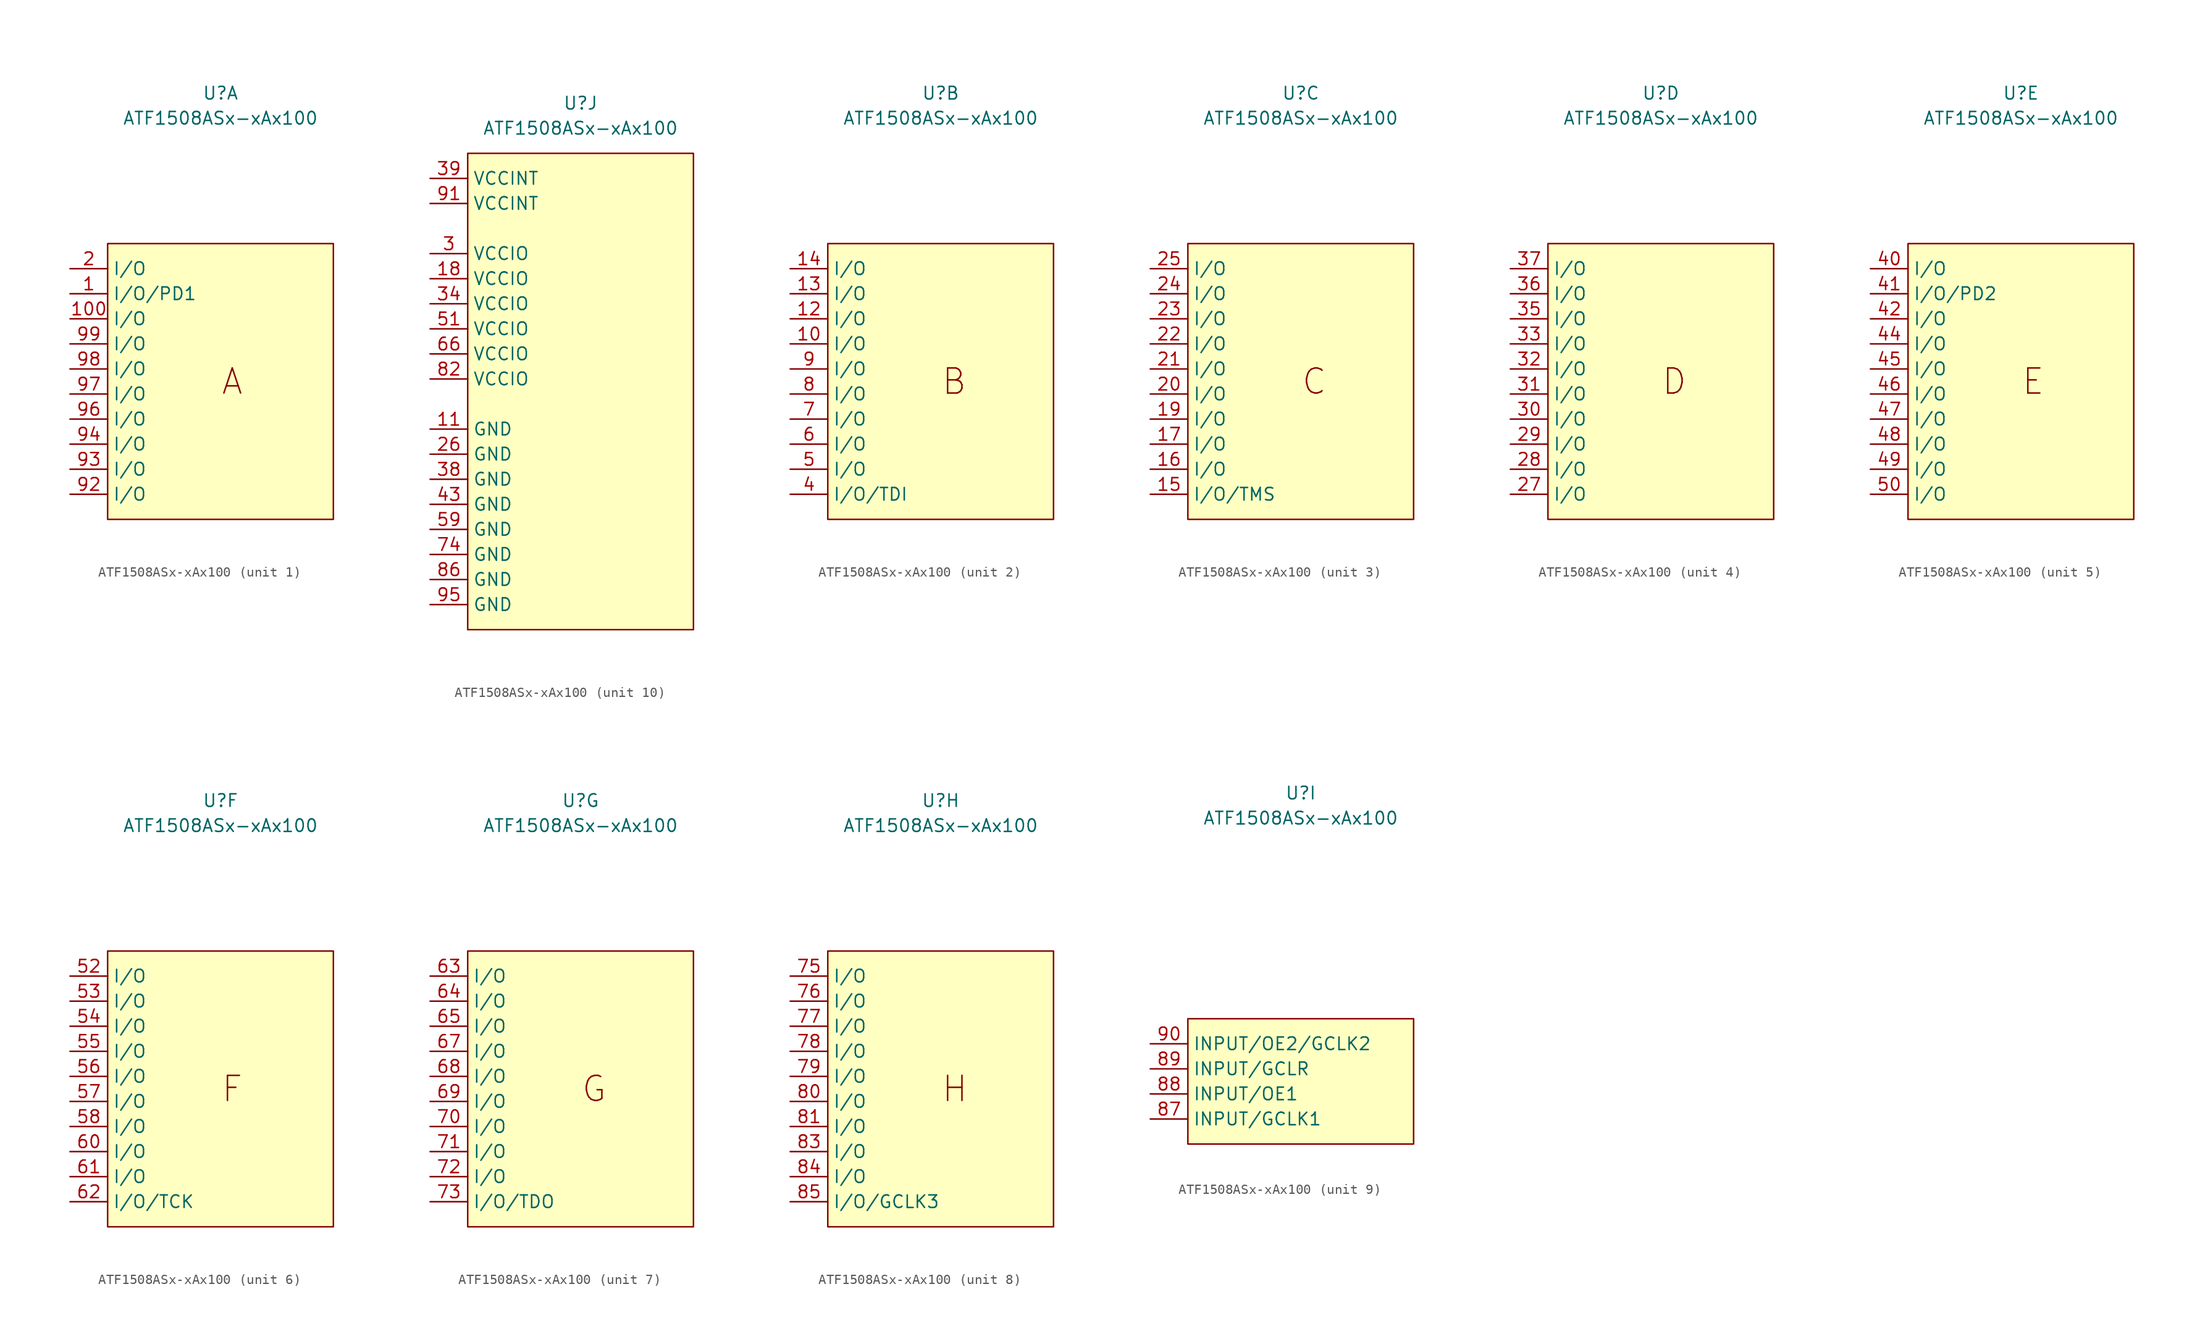
<source format=kicad_sym>
(kicad_symbol_lib
  (version 20231120)
  (generator "kicad_symbol_editor")
  (generator_version "8.0")
  (symbol "ATF1508ASx-xAx100"
    (property "Reference" "U"
      (at 0 27.94 0)
      (effects (font (size 1.27 1.27))))
    (property "Value" "ATF1508ASx-xAx100"
      (at 0 25.4 0)
      (effects (font (size 1.27 1.27))))
    (property "ki_locked" ""
      (at 0 0 0)
      (effects (font (size 1.27 1.27))))
    (symbol "ATF1508ASx-xAx100_1_0"
      (pin bidirectional line (at -15.24 7.62 0) (length 3.81) (name "I/O/PD1" (effects (font (size 1.27 1.27)))) (number "1" (effects (font (size 1.27 1.27)))))
      (pin bidirectional line (at -15.24 5.08 0) (length 3.81) (name "I/O" (effects (font (size 1.27 1.27)))) (number "100" (effects (font (size 1.27 1.27)))))
      (pin bidirectional line (at -15.24 10.16 0) (length 3.81) (name "I/O" (effects (font (size 1.27 1.27)))) (number "2" (effects (font (size 1.27 1.27)))))
      (pin bidirectional line (at -15.24 -12.7 0) (length 3.81) (name "I/O" (effects (font (size 1.27 1.27)))) (number "92" (effects (font (size 1.27 1.27)))))
      (pin bidirectional line (at -15.24 -10.16 0) (length 3.81) (name "I/O" (effects (font (size 1.27 1.27)))) (number "93" (effects (font (size 1.27 1.27)))))
      (pin bidirectional line (at -15.24 -7.62 0) (length 3.81) (name "I/O" (effects (font (size 1.27 1.27)))) (number "94" (effects (font (size 1.27 1.27)))))
      (pin bidirectional line (at -15.24 -5.08 0) (length 3.81) (name "I/O" (effects (font (size 1.27 1.27)))) (number "96" (effects (font (size 1.27 1.27)))))
      (pin bidirectional line (at -15.24 -2.54 0) (length 3.81) (name "I/O" (effects (font (size 1.27 1.27)))) (number "97" (effects (font (size 1.27 1.27)))))
      (pin bidirectional line (at -15.24 0 0) (length 3.81) (name "I/O" (effects (font (size 1.27 1.27)))) (number "98" (effects (font (size 1.27 1.27)))))
      (pin bidirectional line (at -15.24 2.54 0) (length 3.81) (name "I/O" (effects (font (size 1.27 1.27)))) (number "99" (effects (font (size 1.27 1.27))))))
    (symbol "ATF1508ASx-xAx100_1_1"
      (rectangle (start -11.43 12.7) (end 11.43 -15.24) (stroke (width 0) (type default)) (fill (type background)))
      (text "A" (at 0 -1.27 0) (effects (font (size 2.54 2.54)) (justify left))))
    (symbol "ATF1508ASx-xAx100_2_0"
      (pin bidirectional line (at -15.24 2.54 0) (length 3.81) (name "I/O" (effects (font (size 1.27 1.27)))) (number "10" (effects (font (size 1.27 1.27)))))
      (pin bidirectional line (at -15.24 5.08 0) (length 3.81) (name "I/O" (effects (font (size 1.27 1.27)))) (number "12" (effects (font (size 1.27 1.27)))))
      (pin bidirectional line (at -15.24 7.62 0) (length 3.81) (name "I/O" (effects (font (size 1.27 1.27)))) (number "13" (effects (font (size 1.27 1.27)))))
      (pin bidirectional line (at -15.24 10.16 0) (length 3.81) (name "I/O" (effects (font (size 1.27 1.27)))) (number "14" (effects (font (size 1.27 1.27)))))
      (pin bidirectional line (at -15.24 -12.7 0) (length 3.81) (name "I/O/TDI" (effects (font (size 1.27 1.27)))) (number "4" (effects (font (size 1.27 1.27)))))
      (pin bidirectional line (at -15.24 -10.16 0) (length 3.81) (name "I/O" (effects (font (size 1.27 1.27)))) (number "5" (effects (font (size 1.27 1.27)))))
      (pin bidirectional line (at -15.24 -7.62 0) (length 3.81) (name "I/O" (effects (font (size 1.27 1.27)))) (number "6" (effects (font (size 1.27 1.27)))))
      (pin bidirectional line (at -15.24 -5.08 0) (length 3.81) (name "I/O" (effects (font (size 1.27 1.27)))) (number "7" (effects (font (size 1.27 1.27)))))
      (pin bidirectional line (at -15.24 -2.54 0) (length 3.81) (name "I/O" (effects (font (size 1.27 1.27)))) (number "8" (effects (font (size 1.27 1.27)))))
      (pin bidirectional line (at -15.24 0 0) (length 3.81) (name "I/O" (effects (font (size 1.27 1.27)))) (number "9" (effects (font (size 1.27 1.27))))))
    (symbol "ATF1508ASx-xAx100_2_1"
      (rectangle (start -11.43 12.7) (end 11.43 -15.24) (stroke (width 0) (type default)) (fill (type background)))
      (text "B" (at 0 -1.27 0) (effects (font (size 2.54 2.54)) (justify left))))
    (symbol "ATF1508ASx-xAx100_3_0"
      (pin bidirectional line (at -15.24 -12.7 0) (length 3.81) (name "I/O/TMS" (effects (font (size 1.27 1.27)))) (number "15" (effects (font (size 1.27 1.27)))))
      (pin bidirectional line (at -15.24 -10.16 0) (length 3.81) (name "I/O" (effects (font (size 1.27 1.27)))) (number "16" (effects (font (size 1.27 1.27)))))
      (pin bidirectional line (at -15.24 -7.62 0) (length 3.81) (name "I/O" (effects (font (size 1.27 1.27)))) (number "17" (effects (font (size 1.27 1.27)))))
      (pin bidirectional line (at -15.24 -5.08 0) (length 3.81) (name "I/O" (effects (font (size 1.27 1.27)))) (number "19" (effects (font (size 1.27 1.27)))))
      (pin bidirectional line (at -15.24 -2.54 0) (length 3.81) (name "I/O" (effects (font (size 1.27 1.27)))) (number "20" (effects (font (size 1.27 1.27)))))
      (pin bidirectional line (at -15.24 0 0) (length 3.81) (name "I/O" (effects (font (size 1.27 1.27)))) (number "21" (effects (font (size 1.27 1.27)))))
      (pin bidirectional line (at -15.24 2.54 0) (length 3.81) (name "I/O" (effects (font (size 1.27 1.27)))) (number "22" (effects (font (size 1.27 1.27)))))
      (pin bidirectional line (at -15.24 5.08 0) (length 3.81) (name "I/O" (effects (font (size 1.27 1.27)))) (number "23" (effects (font (size 1.27 1.27)))))
      (pin bidirectional line (at -15.24 7.62 0) (length 3.81) (name "I/O" (effects (font (size 1.27 1.27)))) (number "24" (effects (font (size 1.27 1.27)))))
      (pin bidirectional line (at -15.24 10.16 0) (length 3.81) (name "I/O" (effects (font (size 1.27 1.27)))) (number "25" (effects (font (size 1.27 1.27))))))
    (symbol "ATF1508ASx-xAx100_3_1"
      (rectangle (start -11.43 12.7) (end 11.43 -15.24) (stroke (width 0) (type default)) (fill (type background)))
      (text "C" (at 0 -1.27 0) (effects (font (size 2.54 2.54)) (justify left))))
    (symbol "ATF1508ASx-xAx100_4_0"
      (pin bidirectional line (at -15.24 -12.7 0) (length 3.81) (name "I/O" (effects (font (size 1.27 1.27)))) (number "27" (effects (font (size 1.27 1.27)))))
      (pin bidirectional line (at -15.24 -10.16 0) (length 3.81) (name "I/O" (effects (font (size 1.27 1.27)))) (number "28" (effects (font (size 1.27 1.27)))))
      (pin bidirectional line (at -15.24 -7.62 0) (length 3.81) (name "I/O" (effects (font (size 1.27 1.27)))) (number "29" (effects (font (size 1.27 1.27)))))
      (pin bidirectional line (at -15.24 -5.08 0) (length 3.81) (name "I/O" (effects (font (size 1.27 1.27)))) (number "30" (effects (font (size 1.27 1.27)))))
      (pin bidirectional line (at -15.24 -2.54 0) (length 3.81) (name "I/O" (effects (font (size 1.27 1.27)))) (number "31" (effects (font (size 1.27 1.27)))))
      (pin bidirectional line (at -15.24 0 0) (length 3.81) (name "I/O" (effects (font (size 1.27 1.27)))) (number "32" (effects (font (size 1.27 1.27)))))
      (pin bidirectional line (at -15.24 2.54 0) (length 3.81) (name "I/O" (effects (font (size 1.27 1.27)))) (number "33" (effects (font (size 1.27 1.27)))))
      (pin bidirectional line (at -15.24 5.08 0) (length 3.81) (name "I/O" (effects (font (size 1.27 1.27)))) (number "35" (effects (font (size 1.27 1.27)))))
      (pin bidirectional line (at -15.24 7.62 0) (length 3.81) (name "I/O" (effects (font (size 1.27 1.27)))) (number "36" (effects (font (size 1.27 1.27)))))
      (pin bidirectional line (at -15.24 10.16 0) (length 3.81) (name "I/O" (effects (font (size 1.27 1.27)))) (number "37" (effects (font (size 1.27 1.27))))))
    (symbol "ATF1508ASx-xAx100_4_1"
      (rectangle (start -11.43 12.7) (end 11.43 -15.24) (stroke (width 0) (type default)) (fill (type background)))
      (text "D" (at 0 -1.27 0) (effects (font (size 2.54 2.54)) (justify left))))
    (symbol "ATF1508ASx-xAx100_5_0"
      (pin bidirectional line (at -15.24 10.16 0) (length 3.81) (name "I/O" (effects (font (size 1.27 1.27)))) (number "40" (effects (font (size 1.27 1.27)))))
      (pin bidirectional line (at -15.24 7.62 0) (length 3.81) (name "I/O/PD2" (effects (font (size 1.27 1.27)))) (number "41" (effects (font (size 1.27 1.27)))))
      (pin bidirectional line (at -15.24 5.08 0) (length 3.81) (name "I/O" (effects (font (size 1.27 1.27)))) (number "42" (effects (font (size 1.27 1.27)))))
      (pin bidirectional line (at -15.24 2.54 0) (length 3.81) (name "I/O" (effects (font (size 1.27 1.27)))) (number "44" (effects (font (size 1.27 1.27)))))
      (pin bidirectional line (at -15.24 0 0) (length 3.81) (name "I/O" (effects (font (size 1.27 1.27)))) (number "45" (effects (font (size 1.27 1.27)))))
      (pin bidirectional line (at -15.24 -2.54 0) (length 3.81) (name "I/O" (effects (font (size 1.27 1.27)))) (number "46" (effects (font (size 1.27 1.27)))))
      (pin bidirectional line (at -15.24 -5.08 0) (length 3.81) (name "I/O" (effects (font (size 1.27 1.27)))) (number "47" (effects (font (size 1.27 1.27)))))
      (pin bidirectional line (at -15.24 -7.62 0) (length 3.81) (name "I/O" (effects (font (size 1.27 1.27)))) (number "48" (effects (font (size 1.27 1.27)))))
      (pin bidirectional line (at -15.24 -10.16 0) (length 3.81) (name "I/O" (effects (font (size 1.27 1.27)))) (number "49" (effects (font (size 1.27 1.27)))))
      (pin bidirectional line (at -15.24 -12.7 0) (length 3.81) (name "I/O" (effects (font (size 1.27 1.27)))) (number "50" (effects (font (size 1.27 1.27))))))
    (symbol "ATF1508ASx-xAx100_5_1"
      (rectangle (start -11.43 12.7) (end 11.43 -15.24) (stroke (width 0) (type default)) (fill (type background)))
      (text "E" (at 0 -1.27 0) (effects (font (size 2.54 2.54)) (justify left))))
    (symbol "ATF1508ASx-xAx100_6_0"
      (pin bidirectional line (at -15.24 10.16 0) (length 3.81) (name "I/O" (effects (font (size 1.27 1.27)))) (number "52" (effects (font (size 1.27 1.27)))))
      (pin bidirectional line (at -15.24 7.62 0) (length 3.81) (name "I/O" (effects (font (size 1.27 1.27)))) (number "53" (effects (font (size 1.27 1.27)))))
      (pin bidirectional line (at -15.24 5.08 0) (length 3.81) (name "I/O" (effects (font (size 1.27 1.27)))) (number "54" (effects (font (size 1.27 1.27)))))
      (pin bidirectional line (at -15.24 2.54 0) (length 3.81) (name "I/O" (effects (font (size 1.27 1.27)))) (number "55" (effects (font (size 1.27 1.27)))))
      (pin bidirectional line (at -15.24 0 0) (length 3.81) (name "I/O" (effects (font (size 1.27 1.27)))) (number "56" (effects (font (size 1.27 1.27)))))
      (pin bidirectional line (at -15.24 -2.54 0) (length 3.81) (name "I/O" (effects (font (size 1.27 1.27)))) (number "57" (effects (font (size 1.27 1.27)))))
      (pin bidirectional line (at -15.24 -5.08 0) (length 3.81) (name "I/O" (effects (font (size 1.27 1.27)))) (number "58" (effects (font (size 1.27 1.27)))))
      (pin bidirectional line (at -15.24 -7.62 0) (length 3.81) (name "I/O" (effects (font (size 1.27 1.27)))) (number "60" (effects (font (size 1.27 1.27)))))
      (pin bidirectional line (at -15.24 -10.16 0) (length 3.81) (name "I/O" (effects (font (size 1.27 1.27)))) (number "61" (effects (font (size 1.27 1.27)))))
      (pin bidirectional line (at -15.24 -12.7 0) (length 3.81) (name "I/O/TCK" (effects (font (size 1.27 1.27)))) (number "62" (effects (font (size 1.27 1.27))))))
    (symbol "ATF1508ASx-xAx100_6_1"
      (rectangle (start -11.43 12.7) (end 11.43 -15.24) (stroke (width 0) (type default)) (fill (type background)))
      (text "F" (at 0 -1.27 0) (effects (font (size 2.54 2.54)) (justify left))))
    (symbol "ATF1508ASx-xAx100_7_0"
      (pin bidirectional line (at -15.24 10.16 0) (length 3.81) (name "I/O" (effects (font (size 1.27 1.27)))) (number "63" (effects (font (size 1.27 1.27)))))
      (pin bidirectional line (at -15.24 7.62 0) (length 3.81) (name "I/O" (effects (font (size 1.27 1.27)))) (number "64" (effects (font (size 1.27 1.27)))))
      (pin bidirectional line (at -15.24 5.08 0) (length 3.81) (name "I/O" (effects (font (size 1.27 1.27)))) (number "65" (effects (font (size 1.27 1.27)))))
      (pin bidirectional line (at -15.24 2.54 0) (length 3.81) (name "I/O" (effects (font (size 1.27 1.27)))) (number "67" (effects (font (size 1.27 1.27)))))
      (pin bidirectional line (at -15.24 0 0) (length 3.81) (name "I/O" (effects (font (size 1.27 1.27)))) (number "68" (effects (font (size 1.27 1.27)))))
      (pin bidirectional line (at -15.24 -2.54 0) (length 3.81) (name "I/O" (effects (font (size 1.27 1.27)))) (number "69" (effects (font (size 1.27 1.27)))))
      (pin bidirectional line (at -15.24 -5.08 0) (length 3.81) (name "I/O" (effects (font (size 1.27 1.27)))) (number "70" (effects (font (size 1.27 1.27)))))
      (pin bidirectional line (at -15.24 -7.62 0) (length 3.81) (name "I/O" (effects (font (size 1.27 1.27)))) (number "71" (effects (font (size 1.27 1.27)))))
      (pin bidirectional line (at -15.24 -10.16 0) (length 3.81) (name "I/O" (effects (font (size 1.27 1.27)))) (number "72" (effects (font (size 1.27 1.27)))))
      (pin bidirectional line (at -15.24 -12.7 0) (length 3.81) (name "I/O/TDO" (effects (font (size 1.27 1.27)))) (number "73" (effects (font (size 1.27 1.27))))))
    (symbol "ATF1508ASx-xAx100_7_1"
      (rectangle (start -11.43 12.7) (end 11.43 -15.24) (stroke (width 0) (type default)) (fill (type background)))
      (text "G" (at 0 -1.27 0) (effects (font (size 2.54 2.54)) (justify left))))
    (symbol "ATF1508ASx-xAx100_8_0"
      (pin bidirectional line (at -15.24 10.16 0) (length 3.81) (name "I/O" (effects (font (size 1.27 1.27)))) (number "75" (effects (font (size 1.27 1.27)))))
      (pin bidirectional line (at -15.24 7.62 0) (length 3.81) (name "I/O" (effects (font (size 1.27 1.27)))) (number "76" (effects (font (size 1.27 1.27)))))
      (pin bidirectional line (at -15.24 5.08 0) (length 3.81) (name "I/O" (effects (font (size 1.27 1.27)))) (number "77" (effects (font (size 1.27 1.27)))))
      (pin bidirectional line (at -15.24 2.54 0) (length 3.81) (name "I/O" (effects (font (size 1.27 1.27)))) (number "78" (effects (font (size 1.27 1.27)))))
      (pin bidirectional line (at -15.24 0 0) (length 3.81) (name "I/O" (effects (font (size 1.27 1.27)))) (number "79" (effects (font (size 1.27 1.27)))))
      (pin bidirectional line (at -15.24 -2.54 0) (length 3.81) (name "I/O" (effects (font (size 1.27 1.27)))) (number "80" (effects (font (size 1.27 1.27)))))
      (pin bidirectional line (at -15.24 -5.08 0) (length 3.81) (name "I/O" (effects (font (size 1.27 1.27)))) (number "81" (effects (font (size 1.27 1.27)))))
      (pin bidirectional line (at -15.24 -7.62 0) (length 3.81) (name "I/O" (effects (font (size 1.27 1.27)))) (number "83" (effects (font (size 1.27 1.27)))))
      (pin bidirectional line (at -15.24 -10.16 0) (length 3.81) (name "I/O" (effects (font (size 1.27 1.27)))) (number "84" (effects (font (size 1.27 1.27)))))
      (pin bidirectional line (at -15.24 -12.7 0) (length 3.81) (name "I/O/GCLK3" (effects (font (size 1.27 1.27)))) (number "85" (effects (font (size 1.27 1.27))))))
    (symbol "ATF1508ASx-xAx100_8_1"
      (rectangle (start -11.43 12.7) (end 11.43 -15.24) (stroke (width 0) (type default)) (fill (type background)))
      (text "H" (at 0 -1.27 0) (effects (font (size 2.54 2.54)) (justify left))))
    (symbol "ATF1508ASx-xAx100_9_0"
      (pin input line (at -15.24 -5.08 0) (length 3.81) (name "INPUT/GCLK1" (effects (font (size 1.27 1.27)))) (number "87" (effects (font (size 1.27 1.27)))))
      (pin input line (at -15.24 -2.54 0) (length 3.81) (name "INPUT/OE1" (effects (font (size 1.27 1.27)))) (number "88" (effects (font (size 1.27 1.27)))))
      (pin input line (at -15.24 0 0) (length 3.81) (name "INPUT/GCLR" (effects (font (size 1.27 1.27)))) (number "89" (effects (font (size 1.27 1.27)))))
      (pin input line (at -15.24 2.54 0) (length 3.81) (name "INPUT/OE2/GCLK2" (effects (font (size 1.27 1.27)))) (number "90" (effects (font (size 1.27 1.27))))))
    (symbol "ATF1508ASx-xAx100_9_1"
      (rectangle (start -11.43 5.08) (end 11.43 -7.62) (stroke (width 0) (type default)) (fill (type background))))
    (symbol "ATF1508ASx-xAx100_10_0"
      (pin power_in line (at -15.24 -5.08 0) (length 3.81) (name "GND" (effects (font (size 1.27 1.27)))) (number "11" (effects (font (size 1.27 1.27)))))
      (pin power_in line (at -15.24 10.16 0) (length 3.81) (name "VCCIO" (effects (font (size 1.27 1.27)))) (number "18" (effects (font (size 1.27 1.27)))))
      (pin power_in line (at -15.24 -7.62 0) (length 3.81) (name "GND" (effects (font (size 1.27 1.27)))) (number "26" (effects (font (size 1.27 1.27)))))
      (pin power_in line (at -15.24 12.7 0) (length 3.81) (name "VCCIO" (effects (font (size 1.27 1.27)))) (number "3" (effects (font (size 1.27 1.27)))))
      (pin power_in line (at -15.24 7.62 0) (length 3.81) (name "VCCIO" (effects (font (size 1.27 1.27)))) (number "34" (effects (font (size 1.27 1.27)))))
      (pin power_in line (at -15.24 -10.16 0) (length 3.81) (name "GND" (effects (font (size 1.27 1.27)))) (number "38" (effects (font (size 1.27 1.27)))))
      (pin power_in line (at -15.24 20.32 0) (length 3.81) (name "VCCINT" (effects (font (size 1.27 1.27)))) (number "39" (effects (font (size 1.27 1.27)))))
      (pin power_in line (at -15.24 -12.7 0) (length 3.81) (name "GND" (effects (font (size 1.27 1.27)))) (number "43" (effects (font (size 1.27 1.27)))))
      (pin power_in line (at -15.24 5.08 0) (length 3.81) (name "VCCIO" (effects (font (size 1.27 1.27)))) (number "51" (effects (font (size 1.27 1.27)))))
      (pin power_in line (at -15.24 -15.24 0) (length 3.81) (name "GND" (effects (font (size 1.27 1.27)))) (number "59" (effects (font (size 1.27 1.27)))))
      (pin power_in line (at -15.24 2.54 0) (length 3.81) (name "VCCIO" (effects (font (size 1.27 1.27)))) (number "66" (effects (font (size 1.27 1.27)))))
      (pin power_in line (at -15.24 -17.78 0) (length 3.81) (name "GND" (effects (font (size 1.27 1.27)))) (number "74" (effects (font (size 1.27 1.27)))))
      (pin power_in line (at -15.24 0 0) (length 3.81) (name "VCCIO" (effects (font (size 1.27 1.27)))) (number "82" (effects (font (size 1.27 1.27)))))
      (pin power_in line (at -15.24 -20.32 0) (length 3.81) (name "GND" (effects (font (size 1.27 1.27)))) (number "86" (effects (font (size 1.27 1.27)))))
      (pin power_in line (at -15.24 17.78 0) (length 3.81) (name "VCCINT" (effects (font (size 1.27 1.27)))) (number "91" (effects (font (size 1.27 1.27)))))
      (pin power_in line (at -15.24 -22.86 0) (length 3.81) (name "GND" (effects (font (size 1.27 1.27)))) (number "95" (effects (font (size 1.27 1.27))))))
    (symbol "ATF1508ASx-xAx100_10_1"
      (rectangle (start -11.43 22.86) (end 11.43 -25.4) (stroke (width 0) (type default)) (fill (type background))))))
</source>
